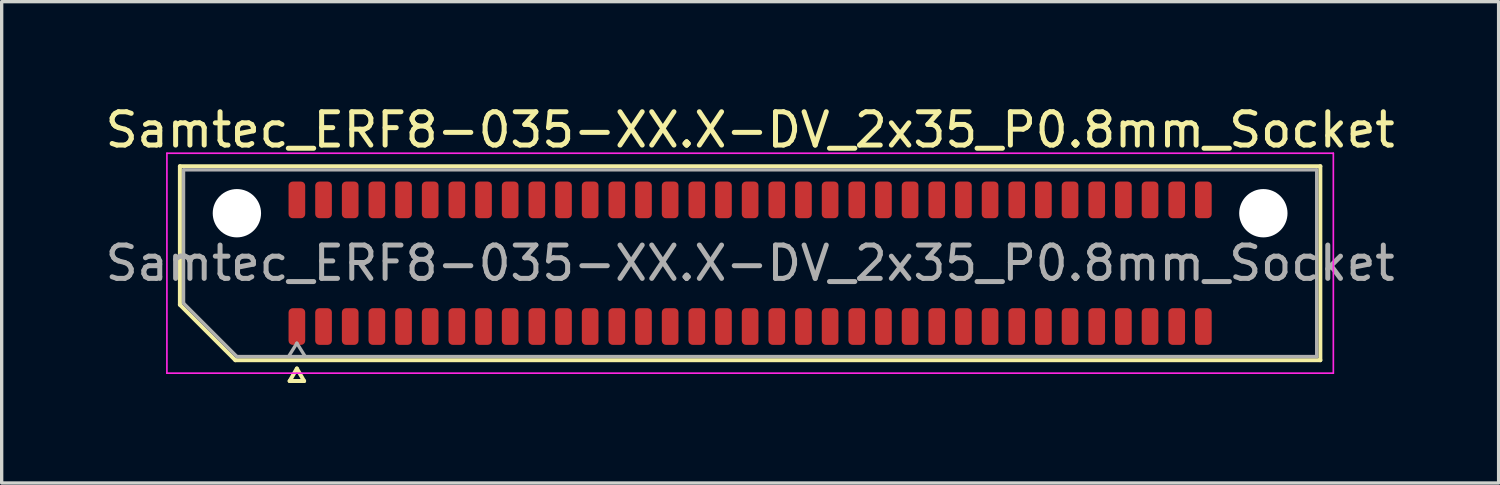
<source format=kicad_pcb>
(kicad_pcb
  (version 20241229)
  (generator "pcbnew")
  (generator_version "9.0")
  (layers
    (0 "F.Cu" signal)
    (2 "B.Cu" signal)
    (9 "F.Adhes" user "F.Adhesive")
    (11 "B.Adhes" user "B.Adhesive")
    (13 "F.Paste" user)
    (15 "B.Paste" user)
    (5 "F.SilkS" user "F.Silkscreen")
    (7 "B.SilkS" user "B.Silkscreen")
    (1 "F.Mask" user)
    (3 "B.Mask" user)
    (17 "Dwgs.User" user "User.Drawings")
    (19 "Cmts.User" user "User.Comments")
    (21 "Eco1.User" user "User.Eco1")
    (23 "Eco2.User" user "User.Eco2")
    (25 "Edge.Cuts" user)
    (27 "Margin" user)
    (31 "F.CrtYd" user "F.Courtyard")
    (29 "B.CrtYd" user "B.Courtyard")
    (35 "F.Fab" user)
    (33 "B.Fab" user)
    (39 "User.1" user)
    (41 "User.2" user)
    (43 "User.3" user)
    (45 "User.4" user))
  (footprint "Samtec_ERF8-035-XX.X-DV_2x35_P0.8mm_Socket"
    (layer "F.Cu")
    (at 19.458 4.848)
    (property "Reference" "Samtec_ERF8-035-XX.X-DV_2x35_P0.8mm_Socket" (at 0 -4 0) (layer "F.SilkS") (effects (font (size 1 1) (thickness 0.15))))
    (attr smd)
    (fp_line (start -17.11 -2.91) (end 17.11 -2.91) (stroke (width 0.12) (type solid)) (layer "F.SilkS"))
    (fp_line (start -17.11 1.246) (end -17.11 -2.91) (stroke (width 0.12) (type solid)) (layer "F.SilkS"))
    (fp_line (start -15.446 2.91) (end -17.11 1.246) (stroke (width 0.12) (type solid)) (layer "F.SilkS"))
    (fp_line (start -13.817 3.535) (end -13.6 3.16) (stroke (width 0.12) (type solid)) (layer "F.SilkS"))
    (fp_line (start -13.6 3.16) (end -13.383 3.535) (stroke (width 0.12) (type solid)) (layer "F.SilkS"))
    (fp_line (start -13.383 3.535) (end -13.817 3.535) (stroke (width 0.12) (type solid)) (layer "F.SilkS"))
    (fp_line (start 17.11 -2.91) (end 17.11 2.91) (stroke (width 0.12) (type solid)) (layer "F.SilkS"))
    (fp_line (start 17.11 2.91) (end -15.446 2.91) (stroke (width 0.12) (type solid)) (layer "F.SilkS"))
    (fp_line (start -17.5 -3.3) (end -17.5 3.3) (stroke (width 0.05) (type solid)) (layer "F.CrtYd"))
    (fp_line (start -17.5 3.3) (end 17.5 3.3) (stroke (width 0.05) (type solid)) (layer "F.CrtYd"))
    (fp_line (start 17.5 -3.3) (end -17.5 -3.3) (stroke (width 0.05) (type solid)) (layer "F.CrtYd"))
    (fp_line (start 17.5 3.3) (end 17.5 -3.3) (stroke (width 0.05) (type solid)) (layer "F.CrtYd"))
    (fp_line (start -17 -2.8) (end 17 -2.8) (stroke (width 0.1) (type solid)) (layer "F.Fab"))
    (fp_line (start -17 1.2) (end -17 -2.8) (stroke (width 0.1) (type solid)) (layer "F.Fab"))
    (fp_line (start -15.4 2.8) (end -17 1.2) (stroke (width 0.1) (type solid)) (layer "F.Fab"))
    (fp_line (start -13.6 2.4) (end -13.85 2.8) (stroke (width 0.1) (type solid)) (layer "F.Fab"))
    (fp_line (start -13.6 2.4) (end -13.35 2.8) (stroke (width 0.1) (type solid)) (layer "F.Fab"))
    (fp_line (start 17 -2.8) (end 17 2.8) (stroke (width 0.1) (type solid)) (layer "F.Fab"))
    (fp_line (start 17 2.8) (end -15.4 2.8) (stroke (width 0.1) (type solid)) (layer "F.Fab"))
    (fp_text user "${REFERENCE}" (at 0 0 0) (layer "F.Fab") (effects (font (size 1 1) (thickness 0.15))))
    (pad "" np_thru_hole circle (at -15.4 -1.5) (size 1.45 1.45) (drill 1.45) (layers "*.Cu" "*.Mask"))
    (pad "" np_thru_hole circle (at 15.4 -1.5) (size 1.45 1.45) (drill 1.45) (layers "*.Cu" "*.Mask"))
    (pad "1" smd roundrect (at -13.6 1.9) (size 0.5 1.1) (layers "F.Cu" "F.Mask" "F.Paste") (roundrect_rratio 0.25))
    (pad "2" smd roundrect (at -13.6 -1.9) (size 0.5 1.1) (layers "F.Cu" "F.Mask" "F.Paste") (roundrect_rratio 0.25))
    (pad "3" smd roundrect (at -12.8 1.9) (size 0.5 1.1) (layers "F.Cu" "F.Mask" "F.Paste") (roundrect_rratio 0.25))
    (pad "4" smd roundrect (at -12.8 -1.9) (size 0.5 1.1) (layers "F.Cu" "F.Mask" "F.Paste") (roundrect_rratio 0.25))
    (pad "5" smd roundrect (at -12 1.9) (size 0.5 1.1) (layers "F.Cu" "F.Mask" "F.Paste") (roundrect_rratio 0.25))
    (pad "6" smd roundrect (at -12 -1.9) (size 0.5 1.1) (layers "F.Cu" "F.Mask" "F.Paste") (roundrect_rratio 0.25))
    (pad "7" smd roundrect (at -11.2 1.9) (size 0.5 1.1) (layers "F.Cu" "F.Mask" "F.Paste") (roundrect_rratio 0.25))
    (pad "8" smd roundrect (at -11.2 -1.9) (size 0.5 1.1) (layers "F.Cu" "F.Mask" "F.Paste") (roundrect_rratio 0.25))
    (pad "9" smd roundrect (at -10.4 1.9) (size 0.5 1.1) (layers "F.Cu" "F.Mask" "F.Paste") (roundrect_rratio 0.25))
    (pad "10" smd roundrect (at -10.4 -1.9) (size 0.5 1.1) (layers "F.Cu" "F.Mask" "F.Paste") (roundrect_rratio 0.25))
    (pad "11" smd roundrect (at -9.6 1.9) (size 0.5 1.1) (layers "F.Cu" "F.Mask" "F.Paste") (roundrect_rratio 0.25))
    (pad "12" smd roundrect (at -9.6 -1.9) (size 0.5 1.1) (layers "F.Cu" "F.Mask" "F.Paste") (roundrect_rratio 0.25))
    (pad "13" smd roundrect (at -8.8 1.9) (size 0.5 1.1) (layers "F.Cu" "F.Mask" "F.Paste") (roundrect_rratio 0.25))
    (pad "14" smd roundrect (at -8.8 -1.9) (size 0.5 1.1) (layers "F.Cu" "F.Mask" "F.Paste") (roundrect_rratio 0.25))
    (pad "15" smd roundrect (at -8 1.9) (size 0.5 1.1) (layers "F.Cu" "F.Mask" "F.Paste") (roundrect_rratio 0.25))
    (pad "16" smd roundrect (at -8 -1.9) (size 0.5 1.1) (layers "F.Cu" "F.Mask" "F.Paste") (roundrect_rratio 0.25))
    (pad "17" smd roundrect (at -7.2 1.9) (size 0.5 1.1) (layers "F.Cu" "F.Mask" "F.Paste") (roundrect_rratio 0.25))
    (pad "18" smd roundrect (at -7.2 -1.9) (size 0.5 1.1) (layers "F.Cu" "F.Mask" "F.Paste") (roundrect_rratio 0.25))
    (pad "19" smd roundrect (at -6.4 1.9) (size 0.5 1.1) (layers "F.Cu" "F.Mask" "F.Paste") (roundrect_rratio 0.25))
    (pad "20" smd roundrect (at -6.4 -1.9) (size 0.5 1.1) (layers "F.Cu" "F.Mask" "F.Paste") (roundrect_rratio 0.25))
    (pad "21" smd roundrect (at -5.6 1.9) (size 0.5 1.1) (layers "F.Cu" "F.Mask" "F.Paste") (roundrect_rratio 0.25))
    (pad "22" smd roundrect (at -5.6 -1.9) (size 0.5 1.1) (layers "F.Cu" "F.Mask" "F.Paste") (roundrect_rratio 0.25))
    (pad "23" smd roundrect (at -4.8 1.9) (size 0.5 1.1) (layers "F.Cu" "F.Mask" "F.Paste") (roundrect_rratio 0.25))
    (pad "24" smd roundrect (at -4.8 -1.9) (size 0.5 1.1) (layers "F.Cu" "F.Mask" "F.Paste") (roundrect_rratio 0.25))
    (pad "25" smd roundrect (at -4 1.9) (size 0.5 1.1) (layers "F.Cu" "F.Mask" "F.Paste") (roundrect_rratio 0.25))
    (pad "26" smd roundrect (at -4 -1.9) (size 0.5 1.1) (layers "F.Cu" "F.Mask" "F.Paste") (roundrect_rratio 0.25))
    (pad "27" smd roundrect (at -3.2 1.9) (size 0.5 1.1) (layers "F.Cu" "F.Mask" "F.Paste") (roundrect_rratio 0.25))
    (pad "28" smd roundrect (at -3.2 -1.9) (size 0.5 1.1) (layers "F.Cu" "F.Mask" "F.Paste") (roundrect_rratio 0.25))
    (pad "29" smd roundrect (at -2.4 1.9) (size 0.5 1.1) (layers "F.Cu" "F.Mask" "F.Paste") (roundrect_rratio 0.25))
    (pad "30" smd roundrect (at -2.4 -1.9) (size 0.5 1.1) (layers "F.Cu" "F.Mask" "F.Paste") (roundrect_rratio 0.25))
    (pad "31" smd roundrect (at -1.6 1.9) (size 0.5 1.1) (layers "F.Cu" "F.Mask" "F.Paste") (roundrect_rratio 0.25))
    (pad "32" smd roundrect (at -1.6 -1.9) (size 0.5 1.1) (layers "F.Cu" "F.Mask" "F.Paste") (roundrect_rratio 0.25))
    (pad "33" smd roundrect (at -0.8 1.9) (size 0.5 1.1) (layers "F.Cu" "F.Mask" "F.Paste") (roundrect_rratio 0.25))
    (pad "34" smd roundrect (at -0.8 -1.9) (size 0.5 1.1) (layers "F.Cu" "F.Mask" "F.Paste") (roundrect_rratio 0.25))
    (pad "35" smd roundrect (at 0 1.9) (size 0.5 1.1) (layers "F.Cu" "F.Mask" "F.Paste") (roundrect_rratio 0.25))
    (pad "36" smd roundrect (at 0 -1.9) (size 0.5 1.1) (layers "F.Cu" "F.Mask" "F.Paste") (roundrect_rratio 0.25))
    (pad "37" smd roundrect (at 0.8 1.9) (size 0.5 1.1) (layers "F.Cu" "F.Mask" "F.Paste") (roundrect_rratio 0.25))
    (pad "38" smd roundrect (at 0.8 -1.9) (size 0.5 1.1) (layers "F.Cu" "F.Mask" "F.Paste") (roundrect_rratio 0.25))
    (pad "39" smd roundrect (at 1.6 1.9) (size 0.5 1.1) (layers "F.Cu" "F.Mask" "F.Paste") (roundrect_rratio 0.25))
    (pad "40" smd roundrect (at 1.6 -1.9) (size 0.5 1.1) (layers "F.Cu" "F.Mask" "F.Paste") (roundrect_rratio 0.25))
    (pad "41" smd roundrect (at 2.4 1.9) (size 0.5 1.1) (layers "F.Cu" "F.Mask" "F.Paste") (roundrect_rratio 0.25))
    (pad "42" smd roundrect (at 2.4 -1.9) (size 0.5 1.1) (layers "F.Cu" "F.Mask" "F.Paste") (roundrect_rratio 0.25))
    (pad "43" smd roundrect (at 3.2 1.9) (size 0.5 1.1) (layers "F.Cu" "F.Mask" "F.Paste") (roundrect_rratio 0.25))
    (pad "44" smd roundrect (at 3.2 -1.9) (size 0.5 1.1) (layers "F.Cu" "F.Mask" "F.Paste") (roundrect_rratio 0.25))
    (pad "45" smd roundrect (at 4 1.9) (size 0.5 1.1) (layers "F.Cu" "F.Mask" "F.Paste") (roundrect_rratio 0.25))
    (pad "46" smd roundrect (at 4 -1.9) (size 0.5 1.1) (layers "F.Cu" "F.Mask" "F.Paste") (roundrect_rratio 0.25))
    (pad "47" smd roundrect (at 4.8 1.9) (size 0.5 1.1) (layers "F.Cu" "F.Mask" "F.Paste") (roundrect_rratio 0.25))
    (pad "48" smd roundrect (at 4.8 -1.9) (size 0.5 1.1) (layers "F.Cu" "F.Mask" "F.Paste") (roundrect_rratio 0.25))
    (pad "49" smd roundrect (at 5.6 1.9) (size 0.5 1.1) (layers "F.Cu" "F.Mask" "F.Paste") (roundrect_rratio 0.25))
    (pad "50" smd roundrect (at 5.6 -1.9) (size 0.5 1.1) (layers "F.Cu" "F.Mask" "F.Paste") (roundrect_rratio 0.25))
    (pad "51" smd roundrect (at 6.4 1.9) (size 0.5 1.1) (layers "F.Cu" "F.Mask" "F.Paste") (roundrect_rratio 0.25))
    (pad "52" smd roundrect (at 6.4 -1.9) (size 0.5 1.1) (layers "F.Cu" "F.Mask" "F.Paste") (roundrect_rratio 0.25))
    (pad "53" smd roundrect (at 7.2 1.9) (size 0.5 1.1) (layers "F.Cu" "F.Mask" "F.Paste") (roundrect_rratio 0.25))
    (pad "54" smd roundrect (at 7.2 -1.9) (size 0.5 1.1) (layers "F.Cu" "F.Mask" "F.Paste") (roundrect_rratio 0.25))
    (pad "55" smd roundrect (at 8 1.9) (size 0.5 1.1) (layers "F.Cu" "F.Mask" "F.Paste") (roundrect_rratio 0.25))
    (pad "56" smd roundrect (at 8 -1.9) (size 0.5 1.1) (layers "F.Cu" "F.Mask" "F.Paste") (roundrect_rratio 0.25))
    (pad "57" smd roundrect (at 8.8 1.9) (size 0.5 1.1) (layers "F.Cu" "F.Mask" "F.Paste") (roundrect_rratio 0.25))
    (pad "58" smd roundrect (at 8.8 -1.9) (size 0.5 1.1) (layers "F.Cu" "F.Mask" "F.Paste") (roundrect_rratio 0.25))
    (pad "59" smd roundrect (at 9.6 1.9) (size 0.5 1.1) (layers "F.Cu" "F.Mask" "F.Paste") (roundrect_rratio 0.25))
    (pad "60" smd roundrect (at 9.6 -1.9) (size 0.5 1.1) (layers "F.Cu" "F.Mask" "F.Paste") (roundrect_rratio 0.25))
    (pad "61" smd roundrect (at 10.4 1.9) (size 0.5 1.1) (layers "F.Cu" "F.Mask" "F.Paste") (roundrect_rratio 0.25))
    (pad "62" smd roundrect (at 10.4 -1.9) (size 0.5 1.1) (layers "F.Cu" "F.Mask" "F.Paste") (roundrect_rratio 0.25))
    (pad "63" smd roundrect (at 11.2 1.9) (size 0.5 1.1) (layers "F.Cu" "F.Mask" "F.Paste") (roundrect_rratio 0.25))
    (pad "64" smd roundrect (at 11.2 -1.9) (size 0.5 1.1) (layers "F.Cu" "F.Mask" "F.Paste") (roundrect_rratio 0.25))
    (pad "65" smd roundrect (at 12 1.9) (size 0.5 1.1) (layers "F.Cu" "F.Mask" "F.Paste") (roundrect_rratio 0.25))
    (pad "66" smd roundrect (at 12 -1.9) (size 0.5 1.1) (layers "F.Cu" "F.Mask" "F.Paste") (roundrect_rratio 0.25))
    (pad "67" smd roundrect (at 12.8 1.9) (size 0.5 1.1) (layers "F.Cu" "F.Mask" "F.Paste") (roundrect_rratio 0.25))
    (pad "68" smd roundrect (at 12.8 -1.9) (size 0.5 1.1) (layers "F.Cu" "F.Mask" "F.Paste") (roundrect_rratio 0.25))
    (pad "69" smd roundrect (at 13.6 1.9) (size 0.5 1.1) (layers "F.Cu" "F.Mask" "F.Paste") (roundrect_rratio 0.25))
    (pad "70" smd roundrect (at 13.6 -1.9) (size 0.5 1.1) (layers "F.Cu" "F.Mask" "F.Paste") (roundrect_rratio 0.25)))
  (gr_rect
    (start -3 -3)
    (end 41.917 11.443)
    (stroke (width 0.1) (type default))
    (fill no)
    (layer "Edge.Cuts")))
</source>
